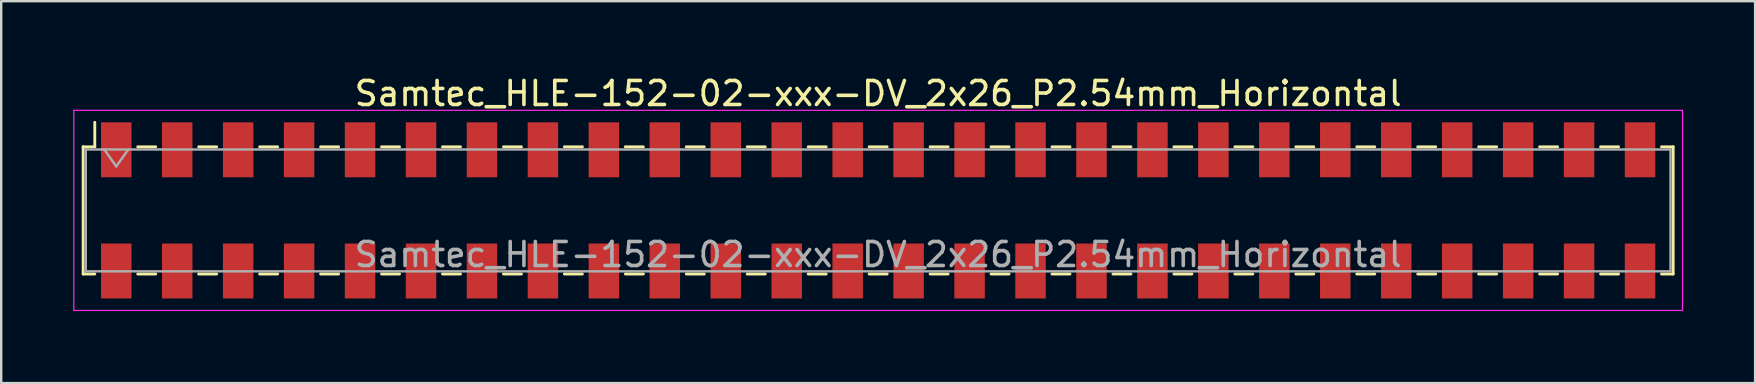
<source format=kicad_pcb>
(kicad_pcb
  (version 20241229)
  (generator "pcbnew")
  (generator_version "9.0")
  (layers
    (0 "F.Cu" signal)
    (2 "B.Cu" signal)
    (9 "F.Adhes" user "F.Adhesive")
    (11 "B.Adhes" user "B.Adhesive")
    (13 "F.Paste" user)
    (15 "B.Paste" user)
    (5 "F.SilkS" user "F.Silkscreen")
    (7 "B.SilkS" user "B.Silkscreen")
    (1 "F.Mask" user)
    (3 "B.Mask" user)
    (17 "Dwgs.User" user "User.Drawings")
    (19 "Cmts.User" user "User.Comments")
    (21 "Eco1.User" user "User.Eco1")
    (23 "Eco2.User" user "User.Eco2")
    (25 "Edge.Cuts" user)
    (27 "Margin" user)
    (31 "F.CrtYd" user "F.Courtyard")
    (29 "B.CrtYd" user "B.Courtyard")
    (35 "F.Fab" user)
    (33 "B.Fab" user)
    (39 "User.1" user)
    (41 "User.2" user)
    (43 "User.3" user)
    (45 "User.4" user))
  (footprint "Samtec_HLE-152-02-xxx-DV_2x26_P2.54mm_Horizontal"
    (layer "F.Cu")
    (at 33.545 5.718)
    (property "Reference" "Samtec_HLE-152-02-xxx-DV_2x26_P2.54mm_Horizontal" (at 0 -4.87 0) (layer "F.SilkS") (effects (font (size 1 1) (thickness 0.15))))
    (attr smd)
    (fp_line (start -33.13 -2.65) (end -33.13 2.65) (stroke (width 0.12) (type solid)) (layer "F.SilkS"))
    (fp_line (start -33.13 2.65) (end -32.645 2.65) (stroke (width 0.12) (type solid)) (layer "F.SilkS"))
    (fp_line (start -32.645 -3.67) (end -32.645 -2.65) (stroke (width 0.12) (type solid)) (layer "F.SilkS"))
    (fp_line (start -32.645 -2.65) (end -33.13 -2.65) (stroke (width 0.12) (type solid)) (layer "F.SilkS"))
    (fp_line (start -30.855 -2.65) (end -30.105 -2.65) (stroke (width 0.12) (type solid)) (layer "F.SilkS"))
    (fp_line (start -30.855 2.65) (end -30.105 2.65) (stroke (width 0.12) (type solid)) (layer "F.SilkS"))
    (fp_line (start -28.315 -2.65) (end -27.565 -2.65) (stroke (width 0.12) (type solid)) (layer "F.SilkS"))
    (fp_line (start -28.315 2.65) (end -27.565 2.65) (stroke (width 0.12) (type solid)) (layer "F.SilkS"))
    (fp_line (start -25.775 -2.65) (end -25.025 -2.65) (stroke (width 0.12) (type solid)) (layer "F.SilkS"))
    (fp_line (start -25.775 2.65) (end -25.025 2.65) (stroke (width 0.12) (type solid)) (layer "F.SilkS"))
    (fp_line (start -23.235 -2.65) (end -22.485 -2.65) (stroke (width 0.12) (type solid)) (layer "F.SilkS"))
    (fp_line (start -23.235 2.65) (end -22.485 2.65) (stroke (width 0.12) (type solid)) (layer "F.SilkS"))
    (fp_line (start -20.695 -2.65) (end -19.945 -2.65) (stroke (width 0.12) (type solid)) (layer "F.SilkS"))
    (fp_line (start -20.695 2.65) (end -19.945 2.65) (stroke (width 0.12) (type solid)) (layer "F.SilkS"))
    (fp_line (start -18.155 -2.65) (end -17.405 -2.65) (stroke (width 0.12) (type solid)) (layer "F.SilkS"))
    (fp_line (start -18.155 2.65) (end -17.405 2.65) (stroke (width 0.12) (type solid)) (layer "F.SilkS"))
    (fp_line (start -15.615 -2.65) (end -14.865 -2.65) (stroke (width 0.12) (type solid)) (layer "F.SilkS"))
    (fp_line (start -15.615 2.65) (end -14.865 2.65) (stroke (width 0.12) (type solid)) (layer "F.SilkS"))
    (fp_line (start -13.075 -2.65) (end -12.325 -2.65) (stroke (width 0.12) (type solid)) (layer "F.SilkS"))
    (fp_line (start -13.075 2.65) (end -12.325 2.65) (stroke (width 0.12) (type solid)) (layer "F.SilkS"))
    (fp_line (start -10.535 -2.65) (end -9.785 -2.65) (stroke (width 0.12) (type solid)) (layer "F.SilkS"))
    (fp_line (start -10.535 2.65) (end -9.785 2.65) (stroke (width 0.12) (type solid)) (layer "F.SilkS"))
    (fp_line (start -7.995 -2.65) (end -7.245 -2.65) (stroke (width 0.12) (type solid)) (layer "F.SilkS"))
    (fp_line (start -7.995 2.65) (end -7.245 2.65) (stroke (width 0.12) (type solid)) (layer "F.SilkS"))
    (fp_line (start -5.455 -2.65) (end -4.705 -2.65) (stroke (width 0.12) (type solid)) (layer "F.SilkS"))
    (fp_line (start -5.455 2.65) (end -4.705 2.65) (stroke (width 0.12) (type solid)) (layer "F.SilkS"))
    (fp_line (start -2.915 -2.65) (end -2.165 -2.65) (stroke (width 0.12) (type solid)) (layer "F.SilkS"))
    (fp_line (start -2.915 2.65) (end -2.165 2.65) (stroke (width 0.12) (type solid)) (layer "F.SilkS"))
    (fp_line (start -0.375 -2.65) (end 0.375 -2.65) (stroke (width 0.12) (type solid)) (layer "F.SilkS"))
    (fp_line (start -0.375 2.65) (end 0.375 2.65) (stroke (width 0.12) (type solid)) (layer "F.SilkS"))
    (fp_line (start 2.165 -2.65) (end 2.915 -2.65) (stroke (width 0.12) (type solid)) (layer "F.SilkS"))
    (fp_line (start 2.165 2.65) (end 2.915 2.65) (stroke (width 0.12) (type solid)) (layer "F.SilkS"))
    (fp_line (start 4.705 -2.65) (end 5.455 -2.65) (stroke (width 0.12) (type solid)) (layer "F.SilkS"))
    (fp_line (start 4.705 2.65) (end 5.455 2.65) (stroke (width 0.12) (type solid)) (layer "F.SilkS"))
    (fp_line (start 7.245 -2.65) (end 7.995 -2.65) (stroke (width 0.12) (type solid)) (layer "F.SilkS"))
    (fp_line (start 7.245 2.65) (end 7.995 2.65) (stroke (width 0.12) (type solid)) (layer "F.SilkS"))
    (fp_line (start 9.785 -2.65) (end 10.535 -2.65) (stroke (width 0.12) (type solid)) (layer "F.SilkS"))
    (fp_line (start 9.785 2.65) (end 10.535 2.65) (stroke (width 0.12) (type solid)) (layer "F.SilkS"))
    (fp_line (start 12.325 -2.65) (end 13.075 -2.65) (stroke (width 0.12) (type solid)) (layer "F.SilkS"))
    (fp_line (start 12.325 2.65) (end 13.075 2.65) (stroke (width 0.12) (type solid)) (layer "F.SilkS"))
    (fp_line (start 14.865 -2.65) (end 15.615 -2.65) (stroke (width 0.12) (type solid)) (layer "F.SilkS"))
    (fp_line (start 14.865 2.65) (end 15.615 2.65) (stroke (width 0.12) (type solid)) (layer "F.SilkS"))
    (fp_line (start 17.405 -2.65) (end 18.155 -2.65) (stroke (width 0.12) (type solid)) (layer "F.SilkS"))
    (fp_line (start 17.405 2.65) (end 18.155 2.65) (stroke (width 0.12) (type solid)) (layer "F.SilkS"))
    (fp_line (start 19.945 -2.65) (end 20.695 -2.65) (stroke (width 0.12) (type solid)) (layer "F.SilkS"))
    (fp_line (start 19.945 2.65) (end 20.695 2.65) (stroke (width 0.12) (type solid)) (layer "F.SilkS"))
    (fp_line (start 22.485 -2.65) (end 23.235 -2.65) (stroke (width 0.12) (type solid)) (layer "F.SilkS"))
    (fp_line (start 22.485 2.65) (end 23.235 2.65) (stroke (width 0.12) (type solid)) (layer "F.SilkS"))
    (fp_line (start 25.025 -2.65) (end 25.775 -2.65) (stroke (width 0.12) (type solid)) (layer "F.SilkS"))
    (fp_line (start 25.025 2.65) (end 25.775 2.65) (stroke (width 0.12) (type solid)) (layer "F.SilkS"))
    (fp_line (start 27.565 -2.65) (end 28.315 -2.65) (stroke (width 0.12) (type solid)) (layer "F.SilkS"))
    (fp_line (start 27.565 2.65) (end 28.315 2.65) (stroke (width 0.12) (type solid)) (layer "F.SilkS"))
    (fp_line (start 30.105 -2.65) (end 30.855 -2.65) (stroke (width 0.12) (type solid)) (layer "F.SilkS"))
    (fp_line (start 30.105 2.65) (end 30.855 2.65) (stroke (width 0.12) (type solid)) (layer "F.SilkS"))
    (fp_line (start 32.645 -2.65) (end 33.13 -2.65) (stroke (width 0.12) (type solid)) (layer "F.SilkS"))
    (fp_line (start 33.13 -2.65) (end 33.13 2.65) (stroke (width 0.12) (type solid)) (layer "F.SilkS"))
    (fp_line (start 33.13 2.65) (end 32.645 2.65) (stroke (width 0.12) (type solid)) (layer "F.SilkS"))
    (fp_line (start -33.52 -4.17) (end 33.52 -4.17) (stroke (width 0.05) (type solid)) (layer "F.CrtYd"))
    (fp_line (start -33.52 4.17) (end -33.52 -4.17) (stroke (width 0.05) (type solid)) (layer "F.CrtYd"))
    (fp_line (start 33.52 -4.17) (end 33.52 4.17) (stroke (width 0.05) (type solid)) (layer "F.CrtYd"))
    (fp_line (start 33.52 4.17) (end -33.52 4.17) (stroke (width 0.05) (type solid)) (layer "F.CrtYd"))
    (fp_line (start -33.02 -2.54) (end 33.02 -2.54) (stroke (width 0.1) (type solid)) (layer "F.Fab"))
    (fp_line (start -33.02 2.54) (end -33.02 -2.54) (stroke (width 0.1) (type solid)) (layer "F.Fab"))
    (fp_line (start -32.25 -2.54) (end -31.75 -1.833) (stroke (width 0.1) (type solid)) (layer "F.Fab"))
    (fp_line (start -31.75 -1.833) (end -31.25 -2.54) (stroke (width 0.1) (type solid)) (layer "F.Fab"))
    (fp_line (start 33.02 -2.54) (end 33.02 2.54) (stroke (width 0.1) (type solid)) (layer "F.Fab"))
    (fp_line (start 33.02 2.54) (end -33.02 2.54) (stroke (width 0.1) (type solid)) (layer "F.Fab"))
    (fp_text user "${REFERENCE}" (at 0 1.84 0) (layer "F.Fab") (effects (font (size 1 1) (thickness 0.15))))
    (pad "1" smd rect (at -31.75 -2.525) (size 1.27 2.29) (layers "F.Cu" "F.Mask" "F.Paste"))
    (pad "2" smd rect (at -31.75 2.525) (size 1.27 2.29) (layers "F.Cu" "F.Mask" "F.Paste"))
    (pad "3" smd rect (at -29.21 -2.525) (size 1.27 2.29) (layers "F.Cu" "F.Mask" "F.Paste"))
    (pad "4" smd rect (at -29.21 2.525) (size 1.27 2.29) (layers "F.Cu" "F.Mask" "F.Paste"))
    (pad "5" smd rect (at -26.67 -2.525) (size 1.27 2.29) (layers "F.Cu" "F.Mask" "F.Paste"))
    (pad "6" smd rect (at -26.67 2.525) (size 1.27 2.29) (layers "F.Cu" "F.Mask" "F.Paste"))
    (pad "7" smd rect (at -24.13 -2.525) (size 1.27 2.29) (layers "F.Cu" "F.Mask" "F.Paste"))
    (pad "8" smd rect (at -24.13 2.525) (size 1.27 2.29) (layers "F.Cu" "F.Mask" "F.Paste"))
    (pad "9" smd rect (at -21.59 -2.525) (size 1.27 2.29) (layers "F.Cu" "F.Mask" "F.Paste"))
    (pad "10" smd rect (at -21.59 2.525) (size 1.27 2.29) (layers "F.Cu" "F.Mask" "F.Paste"))
    (pad "11" smd rect (at -19.05 -2.525) (size 1.27 2.29) (layers "F.Cu" "F.Mask" "F.Paste"))
    (pad "12" smd rect (at -19.05 2.525) (size 1.27 2.29) (layers "F.Cu" "F.Mask" "F.Paste"))
    (pad "13" smd rect (at -16.51 -2.525) (size 1.27 2.29) (layers "F.Cu" "F.Mask" "F.Paste"))
    (pad "14" smd rect (at -16.51 2.525) (size 1.27 2.29) (layers "F.Cu" "F.Mask" "F.Paste"))
    (pad "15" smd rect (at -13.97 -2.525) (size 1.27 2.29) (layers "F.Cu" "F.Mask" "F.Paste"))
    (pad "16" smd rect (at -13.97 2.525) (size 1.27 2.29) (layers "F.Cu" "F.Mask" "F.Paste"))
    (pad "17" smd rect (at -11.43 -2.525) (size 1.27 2.29) (layers "F.Cu" "F.Mask" "F.Paste"))
    (pad "18" smd rect (at -11.43 2.525) (size 1.27 2.29) (layers "F.Cu" "F.Mask" "F.Paste"))
    (pad "19" smd rect (at -8.89 -2.525) (size 1.27 2.29) (layers "F.Cu" "F.Mask" "F.Paste"))
    (pad "20" smd rect (at -8.89 2.525) (size 1.27 2.29) (layers "F.Cu" "F.Mask" "F.Paste"))
    (pad "21" smd rect (at -6.35 -2.525) (size 1.27 2.29) (layers "F.Cu" "F.Mask" "F.Paste"))
    (pad "22" smd rect (at -6.35 2.525) (size 1.27 2.29) (layers "F.Cu" "F.Mask" "F.Paste"))
    (pad "23" smd rect (at -3.81 -2.525) (size 1.27 2.29) (layers "F.Cu" "F.Mask" "F.Paste"))
    (pad "24" smd rect (at -3.81 2.525) (size 1.27 2.29) (layers "F.Cu" "F.Mask" "F.Paste"))
    (pad "25" smd rect (at -1.27 -2.525) (size 1.27 2.29) (layers "F.Cu" "F.Mask" "F.Paste"))
    (pad "26" smd rect (at -1.27 2.525) (size 1.27 2.29) (layers "F.Cu" "F.Mask" "F.Paste"))
    (pad "27" smd rect (at 1.27 -2.525) (size 1.27 2.29) (layers "F.Cu" "F.Mask" "F.Paste"))
    (pad "28" smd rect (at 1.27 2.525) (size 1.27 2.29) (layers "F.Cu" "F.Mask" "F.Paste"))
    (pad "29" smd rect (at 3.81 -2.525) (size 1.27 2.29) (layers "F.Cu" "F.Mask" "F.Paste"))
    (pad "30" smd rect (at 3.81 2.525) (size 1.27 2.29) (layers "F.Cu" "F.Mask" "F.Paste"))
    (pad "31" smd rect (at 6.35 -2.525) (size 1.27 2.29) (layers "F.Cu" "F.Mask" "F.Paste"))
    (pad "32" smd rect (at 6.35 2.525) (size 1.27 2.29) (layers "F.Cu" "F.Mask" "F.Paste"))
    (pad "33" smd rect (at 8.89 -2.525) (size 1.27 2.29) (layers "F.Cu" "F.Mask" "F.Paste"))
    (pad "34" smd rect (at 8.89 2.525) (size 1.27 2.29) (layers "F.Cu" "F.Mask" "F.Paste"))
    (pad "35" smd rect (at 11.43 -2.525) (size 1.27 2.29) (layers "F.Cu" "F.Mask" "F.Paste"))
    (pad "36" smd rect (at 11.43 2.525) (size 1.27 2.29) (layers "F.Cu" "F.Mask" "F.Paste"))
    (pad "37" smd rect (at 13.97 -2.525) (size 1.27 2.29) (layers "F.Cu" "F.Mask" "F.Paste"))
    (pad "38" smd rect (at 13.97 2.525) (size 1.27 2.29) (layers "F.Cu" "F.Mask" "F.Paste"))
    (pad "39" smd rect (at 16.51 -2.525) (size 1.27 2.29) (layers "F.Cu" "F.Mask" "F.Paste"))
    (pad "40" smd rect (at 16.51 2.525) (size 1.27 2.29) (layers "F.Cu" "F.Mask" "F.Paste"))
    (pad "41" smd rect (at 19.05 -2.525) (size 1.27 2.29) (layers "F.Cu" "F.Mask" "F.Paste"))
    (pad "42" smd rect (at 19.05 2.525) (size 1.27 2.29) (layers "F.Cu" "F.Mask" "F.Paste"))
    (pad "43" smd rect (at 21.59 -2.525) (size 1.27 2.29) (layers "F.Cu" "F.Mask" "F.Paste"))
    (pad "44" smd rect (at 21.59 2.525) (size 1.27 2.29) (layers "F.Cu" "F.Mask" "F.Paste"))
    (pad "45" smd rect (at 24.13 -2.525) (size 1.27 2.29) (layers "F.Cu" "F.Mask" "F.Paste"))
    (pad "46" smd rect (at 24.13 2.525) (size 1.27 2.29) (layers "F.Cu" "F.Mask" "F.Paste"))
    (pad "47" smd rect (at 26.67 -2.525) (size 1.27 2.29) (layers "F.Cu" "F.Mask" "F.Paste"))
    (pad "48" smd rect (at 26.67 2.525) (size 1.27 2.29) (layers "F.Cu" "F.Mask" "F.Paste"))
    (pad "49" smd rect (at 29.21 -2.525) (size 1.27 2.29) (layers "F.Cu" "F.Mask" "F.Paste"))
    (pad "50" smd rect (at 29.21 2.525) (size 1.27 2.29) (layers "F.Cu" "F.Mask" "F.Paste"))
    (pad "51" smd rect (at 31.75 -2.525) (size 1.27 2.29) (layers "F.Cu" "F.Mask" "F.Paste"))
    (pad "52" smd rect (at 31.75 2.525) (size 1.27 2.29) (layers "F.Cu" "F.Mask" "F.Paste")))
  (gr_rect
    (start -3 -3)
    (end 70.09 12.913)
    (stroke (width 0.1) (type default))
    (fill no)
    (layer "Edge.Cuts")))
</source>
